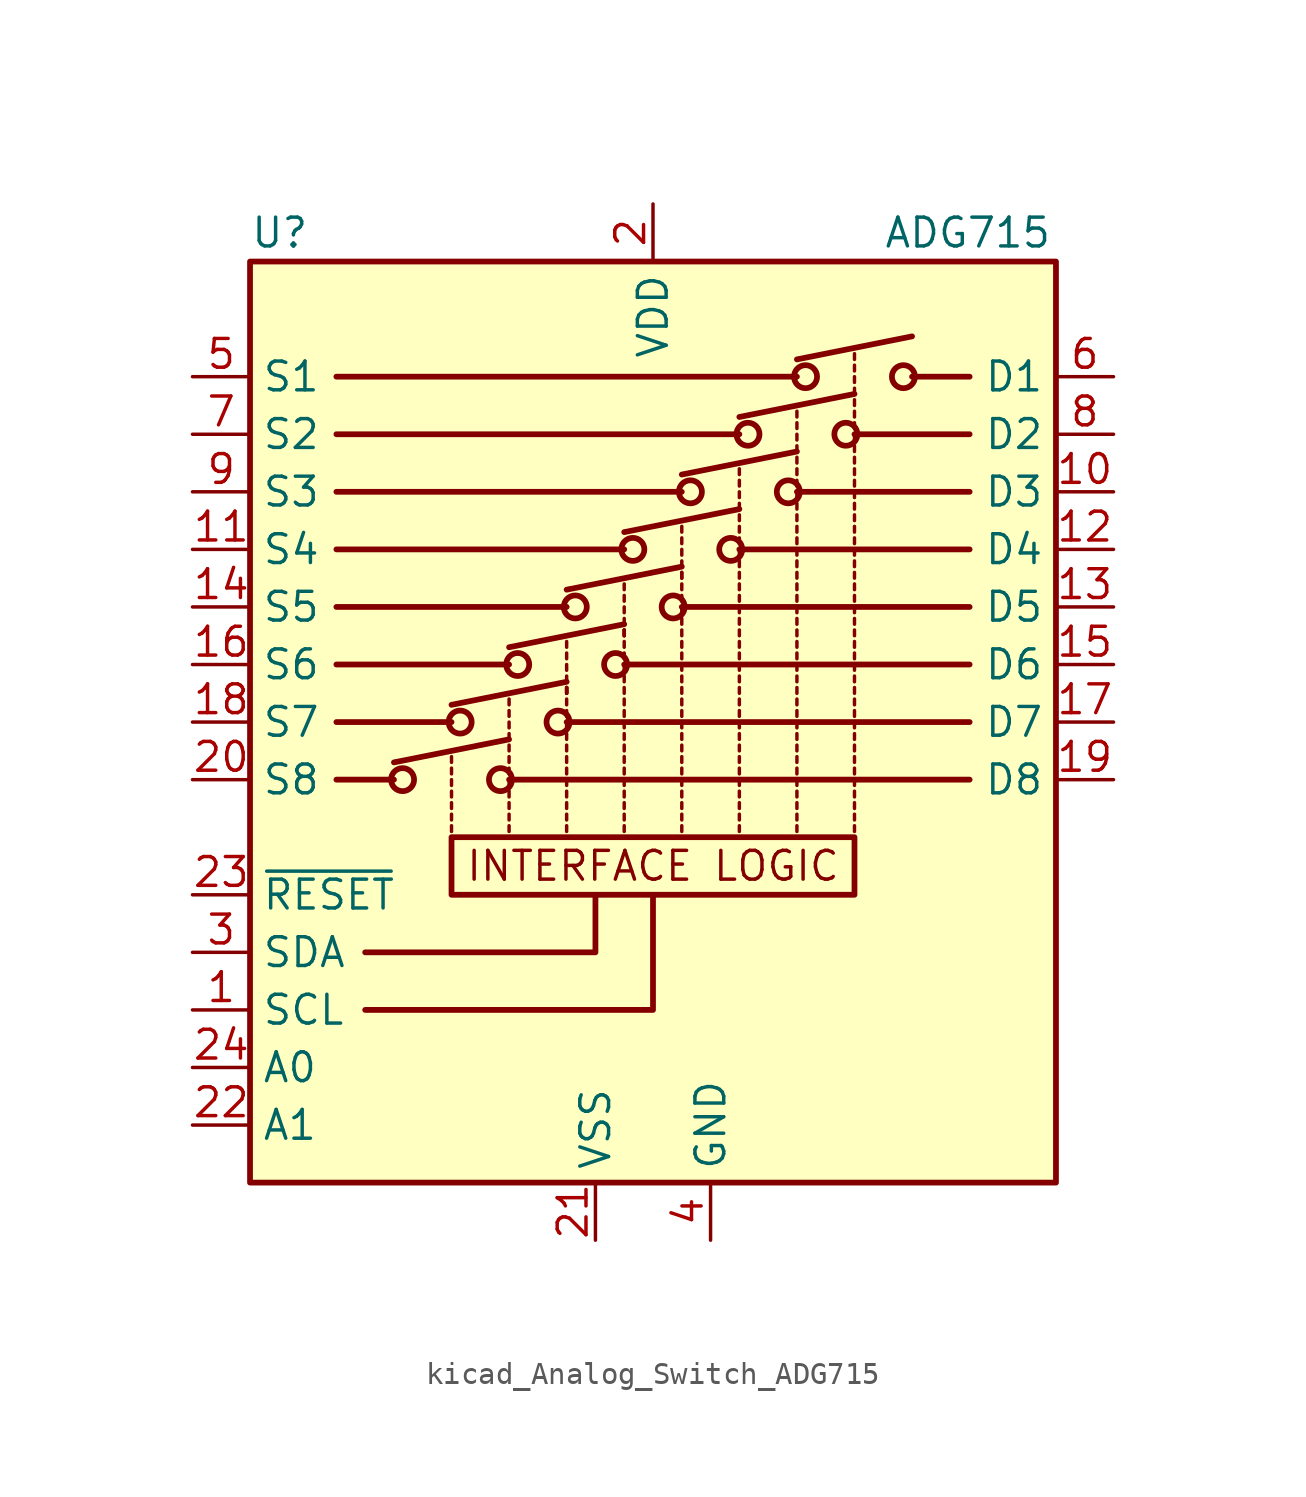
<source format=kicad_sym>
(kicad_symbol_lib
  (version 20220914)
  (generator kicad_symbol_editor)
  (symbol "kicad_Analog_Switch_ADG715"
    (property "Reference" "U"
      (at -17.78 24.13 0)
      (effects (font (size 1.27 1.27)) (justify left)))
    (property "Value" "ADG715"
      (at 10.16 24.13 0)
      (effects (font (size 1.27 1.27)) (justify left)))
    (symbol "kicad_Analog_Switch_ADG715_0_0"
      (polyline (pts (xy -12.7 -7.62) (xy -2.54 -7.62) (xy -2.54 -5.08)) (stroke (width 0.254) (type default)) (fill (type none)))
      (polyline (pts (xy -12.7 -10.16) (xy 0 -10.16) (xy 0 -7.62) (xy 0 -5.08)) (stroke (width 0.254) (type default)) (fill (type none)))
      (text "INTERFACE LOGIC" (at 0 -3.81 0) (effects (font (size 1.27 1.27)))))
    (symbol "kicad_Analog_Switch_ADG715_0_1"
      (rectangle (start -17.78 -17.78) (end 17.78 22.86) (stroke (width 0.254) (type default)) (fill (type background)))
      (rectangle (start -8.89 -2.54) (end 8.89 -5.08) (stroke (width 0.254) (type default)) (fill (type none)))
      (polyline (pts (xy -11.43 0) (xy -13.97 0)) (stroke (width 0.254) (type default)) (fill (type none)))
      (polyline (pts (xy -8.89 2.54) (xy -13.97 2.54)) (stroke (width 0.254) (type default)) (fill (type none)))
      (polyline (pts (xy -6.35 0) (xy 13.97 0)) (stroke (width 0.254) (type default)) (fill (type none)))
      (polyline (pts (xy -6.35 5.08) (xy -13.97 5.08)) (stroke (width 0.254) (type default)) (fill (type none)))
      (polyline (pts (xy -3.81 2.54) (xy 13.97 2.54)) (stroke (width 0.254) (type default)) (fill (type none)))
      (polyline (pts (xy -3.81 7.62) (xy -13.97 7.62)) (stroke (width 0.254) (type default)) (fill (type none)))
      (polyline (pts (xy -1.27 5.08) (xy 13.97 5.08)) (stroke (width 0.254) (type default)) (fill (type none)))
      (polyline (pts (xy -1.27 10.16) (xy -13.97 10.16)) (stroke (width 0.254) (type default)) (fill (type none)))
      (polyline (pts (xy 1.27 7.62) (xy 13.97 7.62)) (stroke (width 0.254) (type default)) (fill (type none)))
      (polyline (pts (xy 1.27 12.7) (xy -13.97 12.7)) (stroke (width 0.254) (type default)) (fill (type none)))
      (polyline (pts (xy 3.81 10.16) (xy 13.97 10.16)) (stroke (width 0.254) (type default)) (fill (type none)))
      (polyline (pts (xy 3.81 15.24) (xy -13.97 15.24)) (stroke (width 0.254) (type default)) (fill (type none)))
      (polyline (pts (xy 6.35 12.7) (xy 13.97 12.7)) (stroke (width 0.254) (type default)) (fill (type none)))
      (polyline (pts (xy 6.35 17.78) (xy -13.97 17.78)) (stroke (width 0.254) (type default)) (fill (type none)))
      (polyline (pts (xy 8.89 15.24) (xy 13.97 15.24)) (stroke (width 0.254) (type default)) (fill (type none)))
      (polyline (pts (xy 11.43 17.78) (xy 13.97 17.78)) (stroke (width 0.254) (type default)) (fill (type none))))
    (symbol "kicad_Analog_Switch_ADG715_1_1"
      (circle (center -11.049 0) (radius 0.508) (stroke (width 0.254) (type default)) (fill (type none)))
      (circle (center -8.509 2.54) (radius 0.508) (stroke (width 0.254) (type default)) (fill (type none)))
      (circle (center -6.731 0) (radius 0.508) (stroke (width 0.254) (type default)) (fill (type none)))
      (circle (center -5.969 5.08) (radius 0.508) (stroke (width 0.254) (type default)) (fill (type none)))
      (circle (center -4.191 2.54) (radius 0.508) (stroke (width 0.254) (type default)) (fill (type none)))
      (circle (center -3.429 7.62) (radius 0.508) (stroke (width 0.254) (type default)) (fill (type none)))
      (circle (center -1.651 5.08) (radius 0.508) (stroke (width 0.254) (type default)) (fill (type none)))
      (circle (center -0.889 10.16) (radius 0.508) (stroke (width 0.254) (type default)) (fill (type none)))
      (polyline (pts (xy -11.43 0.762) (xy -6.35 1.778)) (stroke (width 0.254) (type default)) (fill (type none)))
      (polyline (pts (xy -8.89 -2.286) (xy -8.89 -2.032)) (stroke (width 0) (type default)) (fill (type none)))
      (polyline (pts (xy -8.89 -1.778) (xy -8.89 -1.524)) (stroke (width 0) (type default)) (fill (type none)))
      (polyline (pts (xy -8.89 -1.27) (xy -8.89 -1.016)) (stroke (width 0) (type default)) (fill (type none)))
      (polyline (pts (xy -8.89 -0.762) (xy -8.89 -0.508)) (stroke (width 0) (type default)) (fill (type none)))
      (polyline (pts (xy -8.89 -0.254) (xy -8.89 0)) (stroke (width 0) (type default)) (fill (type none)))
      (polyline (pts (xy -8.89 0.254) (xy -8.89 0.508)) (stroke (width 0) (type default)) (fill (type none)))
      (polyline (pts (xy -8.89 0.762) (xy -8.89 1.016)) (stroke (width 0) (type default)) (fill (type none)))
      (polyline (pts (xy -8.89 3.302) (xy -3.81 4.318)) (stroke (width 0.254) (type default)) (fill (type none)))
      (polyline (pts (xy -6.35 -2.286) (xy -6.35 -2.032)) (stroke (width 0) (type default)) (fill (type none)))
      (polyline (pts (xy -6.35 -1.778) (xy -6.35 -1.524)) (stroke (width 0) (type default)) (fill (type none)))
      (polyline (pts (xy -6.35 -1.27) (xy -6.35 -1.016)) (stroke (width 0) (type default)) (fill (type none)))
      (polyline (pts (xy -6.35 -0.762) (xy -6.35 -0.508)) (stroke (width 0) (type default)) (fill (type none)))
      (polyline (pts (xy -6.35 -0.254) (xy -6.35 0)) (stroke (width 0) (type default)) (fill (type none)))
      (polyline (pts (xy -6.35 0.254) (xy -6.35 0.508)) (stroke (width 0) (type default)) (fill (type none)))
      (polyline (pts (xy -6.35 0.762) (xy -6.35 1.016)) (stroke (width 0) (type default)) (fill (type none)))
      (polyline (pts (xy -6.35 1.27) (xy -6.35 1.524)) (stroke (width 0) (type default)) (fill (type none)))
      (polyline (pts (xy -6.35 1.778) (xy -6.35 2.032)) (stroke (width 0) (type default)) (fill (type none)))
      (polyline (pts (xy -6.35 2.286) (xy -6.35 2.54)) (stroke (width 0) (type default)) (fill (type none)))
      (polyline (pts (xy -6.35 2.794) (xy -6.35 3.048)) (stroke (width 0) (type default)) (fill (type none)))
      (polyline (pts (xy -6.35 3.302) (xy -6.35 3.556)) (stroke (width 0) (type default)) (fill (type none)))
      (polyline (pts (xy -6.35 5.842) (xy -1.27 6.858)) (stroke (width 0.254) (type default)) (fill (type none)))
      (polyline (pts (xy -3.81 -2.286) (xy -3.81 -2.032)) (stroke (width 0) (type default)) (fill (type none)))
      (polyline (pts (xy -3.81 -1.778) (xy -3.81 -1.524)) (stroke (width 0) (type default)) (fill (type none)))
      (polyline (pts (xy -3.81 -1.27) (xy -3.81 -1.016)) (stroke (width 0) (type default)) (fill (type none)))
      (polyline (pts (xy -3.81 -0.762) (xy -3.81 -0.508)) (stroke (width 0) (type default)) (fill (type none)))
      (polyline (pts (xy -3.81 -0.254) (xy -3.81 0)) (stroke (width 0) (type default)) (fill (type none)))
      (polyline (pts (xy -3.81 0.254) (xy -3.81 0.508)) (stroke (width 0) (type default)) (fill (type none)))
      (polyline (pts (xy -3.81 0.762) (xy -3.81 1.016)) (stroke (width 0) (type default)) (fill (type none)))
      (polyline (pts (xy -3.81 1.27) (xy -3.81 1.524)) (stroke (width 0) (type default)) (fill (type none)))
      (polyline (pts (xy -3.81 1.778) (xy -3.81 2.032)) (stroke (width 0) (type default)) (fill (type none)))
      (polyline (pts (xy -3.81 2.286) (xy -3.81 2.54)) (stroke (width 0) (type default)) (fill (type none)))
      (polyline (pts (xy -3.81 2.794) (xy -3.81 3.048)) (stroke (width 0) (type default)) (fill (type none)))
      (polyline (pts (xy -3.81 3.302) (xy -3.81 3.556)) (stroke (width 0) (type default)) (fill (type none)))
      (polyline (pts (xy -3.81 3.81) (xy -3.81 4.064)) (stroke (width 0) (type default)) (fill (type none)))
      (polyline (pts (xy -3.81 3.81) (xy -3.81 4.064)) (stroke (width 0) (type default)) (fill (type none)))
      (polyline (pts (xy -3.81 3.81) (xy -3.81 4.064)) (stroke (width 0) (type default)) (fill (type none)))
      (polyline (pts (xy -3.81 3.81) (xy -3.81 4.064)) (stroke (width 0) (type default)) (fill (type none)))
      (polyline (pts (xy -3.81 4.318) (xy -3.81 4.572)) (stroke (width 0) (type default)) (fill (type none)))
      (polyline (pts (xy -3.81 4.826) (xy -3.81 5.08)) (stroke (width 0) (type default)) (fill (type none)))
      (polyline (pts (xy -3.81 5.334) (xy -3.81 5.588)) (stroke (width 0) (type default)) (fill (type none)))
      (polyline (pts (xy -3.81 5.842) (xy -3.81 6.096)) (stroke (width 0) (type default)) (fill (type none)))
      (polyline (pts (xy -3.81 8.382) (xy 1.27 9.398)) (stroke (width 0.254) (type default)) (fill (type none)))
      (polyline (pts (xy -1.27 -2.286) (xy -1.27 -2.032)) (stroke (width 0) (type default)) (fill (type none)))
      (polyline (pts (xy -1.27 -1.778) (xy -1.27 -1.524)) (stroke (width 0) (type default)) (fill (type none)))
      (polyline (pts (xy -1.27 -1.27) (xy -1.27 -1.016)) (stroke (width 0) (type default)) (fill (type none)))
      (polyline (pts (xy -1.27 -0.762) (xy -1.27 -0.508)) (stroke (width 0) (type default)) (fill (type none)))
      (polyline (pts (xy -1.27 -0.254) (xy -1.27 0)) (stroke (width 0) (type default)) (fill (type none)))
      (polyline (pts (xy -1.27 0.254) (xy -1.27 0.508)) (stroke (width 0) (type default)) (fill (type none)))
      (polyline (pts (xy -1.27 0.762) (xy -1.27 1.016)) (stroke (width 0) (type default)) (fill (type none)))
      (polyline (pts (xy -1.27 1.27) (xy -1.27 1.524)) (stroke (width 0) (type default)) (fill (type none)))
      (polyline (pts (xy -1.27 1.778) (xy -1.27 2.032)) (stroke (width 0) (type default)) (fill (type none)))
      (polyline (pts (xy -1.27 2.286) (xy -1.27 2.54)) (stroke (width 0) (type default)) (fill (type none)))
      (polyline (pts (xy -1.27 2.794) (xy -1.27 3.048)) (stroke (width 0) (type default)) (fill (type none)))
      (polyline (pts (xy -1.27 3.302) (xy -1.27 3.556)) (stroke (width 0) (type default)) (fill (type none)))
      (polyline (pts (xy -1.27 3.81) (xy -1.27 4.064)) (stroke (width 0) (type default)) (fill (type none)))
      (polyline (pts (xy -1.27 4.318) (xy -1.27 4.572)) (stroke (width 0) (type default)) (fill (type none)))
      (polyline (pts (xy -1.27 4.826) (xy -1.27 5.08)) (stroke (width 0) (type default)) (fill (type none)))
      (polyline (pts (xy -1.27 5.334) (xy -1.27 5.588)) (stroke (width 0) (type default)) (fill (type none)))
      (polyline (pts (xy -1.27 5.842) (xy -1.27 6.096)) (stroke (width 0) (type default)) (fill (type none)))
      (polyline (pts (xy -1.27 6.35) (xy -1.27 6.604)) (stroke (width 0) (type default)) (fill (type none)))
      (polyline (pts (xy -1.27 6.35) (xy -1.27 6.604)) (stroke (width 0) (type default)) (fill (type none)))
      (polyline (pts (xy -1.27 6.35) (xy -1.27 6.604)) (stroke (width 0) (type default)) (fill (type none)))
      (polyline (pts (xy -1.27 6.858) (xy -1.27 7.112)) (stroke (width 0) (type default)) (fill (type none)))
      (polyline (pts (xy -1.27 7.366) (xy -1.27 7.62)) (stroke (width 0) (type default)) (fill (type none)))
      (polyline (pts (xy -1.27 7.874) (xy -1.27 8.128)) (stroke (width 0) (type default)) (fill (type none)))
      (polyline (pts (xy -1.27 8.382) (xy -1.27 8.636)) (stroke (width 0) (type default)) (fill (type none)))
      (polyline (pts (xy -1.27 10.922) (xy 3.81 11.938)) (stroke (width 0.254) (type default)) (fill (type none)))
      (polyline (pts (xy 1.27 -2.286) (xy 1.27 -2.032)) (stroke (width 0) (type default)) (fill (type none)))
      (polyline (pts (xy 1.27 -1.778) (xy 1.27 -1.524)) (stroke (width 0) (type default)) (fill (type none)))
      (polyline (pts (xy 1.27 -1.27) (xy 1.27 -1.016)) (stroke (width 0) (type default)) (fill (type none)))
      (polyline (pts (xy 1.27 -0.762) (xy 1.27 -0.508)) (stroke (width 0) (type default)) (fill (type none)))
      (polyline (pts (xy 1.27 -0.254) (xy 1.27 0)) (stroke (width 0) (type default)) (fill (type none)))
      (polyline (pts (xy 1.27 0.254) (xy 1.27 0.508)) (stroke (width 0) (type default)) (fill (type none)))
      (polyline (pts (xy 1.27 0.762) (xy 1.27 1.016)) (stroke (width 0) (type default)) (fill (type none)))
      (polyline (pts (xy 1.27 1.27) (xy 1.27 1.524)) (stroke (width 0) (type default)) (fill (type none)))
      (polyline (pts (xy 1.27 1.778) (xy 1.27 2.032)) (stroke (width 0) (type default)) (fill (type none)))
      (polyline (pts (xy 1.27 2.286) (xy 1.27 2.54)) (stroke (width 0) (type default)) (fill (type none)))
      (polyline (pts (xy 1.27 2.794) (xy 1.27 3.048)) (stroke (width 0) (type default)) (fill (type none)))
      (polyline (pts (xy 1.27 3.302) (xy 1.27 3.556)) (stroke (width 0) (type default)) (fill (type none)))
      (polyline (pts (xy 1.27 3.81) (xy 1.27 4.064)) (stroke (width 0) (type default)) (fill (type none)))
      (polyline (pts (xy 1.27 4.318) (xy 1.27 4.572)) (stroke (width 0) (type default)) (fill (type none)))
      (polyline (pts (xy 1.27 4.826) (xy 1.27 5.08)) (stroke (width 0) (type default)) (fill (type none)))
      (polyline (pts (xy 1.27 5.334) (xy 1.27 5.588)) (stroke (width 0) (type default)) (fill (type none)))
      (polyline (pts (xy 1.27 5.842) (xy 1.27 6.096)) (stroke (width 0) (type default)) (fill (type none)))
      (polyline (pts (xy 1.27 6.35) (xy 1.27 6.604)) (stroke (width 0) (type default)) (fill (type none)))
      (polyline (pts (xy 1.27 6.858) (xy 1.27 7.112)) (stroke (width 0) (type default)) (fill (type none)))
      (polyline (pts (xy 1.27 7.366) (xy 1.27 7.62)) (stroke (width 0) (type default)) (fill (type none)))
      (polyline (pts (xy 1.27 7.874) (xy 1.27 8.128)) (stroke (width 0) (type default)) (fill (type none)))
      (polyline (pts (xy 1.27 8.382) (xy 1.27 8.636)) (stroke (width 0) (type default)) (fill (type none)))
      (polyline (pts (xy 1.27 8.89) (xy 1.27 9.144)) (stroke (width 0) (type default)) (fill (type none)))
      (polyline (pts (xy 1.27 8.89) (xy 1.27 9.144)) (stroke (width 0) (type default)) (fill (type none)))
      (polyline (pts (xy 1.27 9.398) (xy 1.27 9.652)) (stroke (width 0) (type default)) (fill (type none)))
      (polyline (pts (xy 1.27 9.906) (xy 1.27 10.16)) (stroke (width 0) (type default)) (fill (type none)))
      (polyline (pts (xy 1.27 10.414) (xy 1.27 10.668)) (stroke (width 0) (type default)) (fill (type none)))
      (polyline (pts (xy 1.27 10.922) (xy 1.27 11.176)) (stroke (width 0) (type default)) (fill (type none)))
      (polyline (pts (xy 1.27 13.462) (xy 6.35 14.478)) (stroke (width 0.254) (type default)) (fill (type none)))
      (polyline (pts (xy 3.81 -2.286) (xy 3.81 -2.032)) (stroke (width 0) (type default)) (fill (type none)))
      (polyline (pts (xy 3.81 -1.778) (xy 3.81 -1.524)) (stroke (width 0) (type default)) (fill (type none)))
      (polyline (pts (xy 3.81 -1.27) (xy 3.81 -1.016)) (stroke (width 0) (type default)) (fill (type none)))
      (polyline (pts (xy 3.81 -0.762) (xy 3.81 -0.508)) (stroke (width 0) (type default)) (fill (type none)))
      (polyline (pts (xy 3.81 -0.254) (xy 3.81 0)) (stroke (width 0) (type default)) (fill (type none)))
      (polyline (pts (xy 3.81 0.254) (xy 3.81 0.508)) (stroke (width 0) (type default)) (fill (type none)))
      (polyline (pts (xy 3.81 0.762) (xy 3.81 1.016)) (stroke (width 0) (type default)) (fill (type none)))
      (polyline (pts (xy 3.81 1.27) (xy 3.81 1.524)) (stroke (width 0) (type default)) (fill (type none)))
      (polyline (pts (xy 3.81 1.778) (xy 3.81 2.032)) (stroke (width 0) (type default)) (fill (type none)))
      (polyline (pts (xy 3.81 2.286) (xy 3.81 2.54)) (stroke (width 0) (type default)) (fill (type none)))
      (polyline (pts (xy 3.81 2.794) (xy 3.81 3.048)) (stroke (width 0) (type default)) (fill (type none)))
      (polyline (pts (xy 3.81 3.302) (xy 3.81 3.556)) (stroke (width 0) (type default)) (fill (type none)))
      (polyline (pts (xy 3.81 3.81) (xy 3.81 4.064)) (stroke (width 0) (type default)) (fill (type none)))
      (polyline (pts (xy 3.81 4.318) (xy 3.81 4.572)) (stroke (width 0) (type default)) (fill (type none)))
      (polyline (pts (xy 3.81 4.826) (xy 3.81 5.08)) (stroke (width 0) (type default)) (fill (type none)))
      (polyline (pts (xy 3.81 5.334) (xy 3.81 5.588)) (stroke (width 0) (type default)) (fill (type none)))
      (polyline (pts (xy 3.81 5.842) (xy 3.81 6.096)) (stroke (width 0) (type default)) (fill (type none)))
      (polyline (pts (xy 3.81 6.35) (xy 3.81 6.604)) (stroke (width 0) (type default)) (fill (type none)))
      (polyline (pts (xy 3.81 6.858) (xy 3.81 7.112)) (stroke (width 0) (type default)) (fill (type none)))
      (polyline (pts (xy 3.81 7.366) (xy 3.81 7.62)) (stroke (width 0) (type default)) (fill (type none)))
      (polyline (pts (xy 3.81 7.874) (xy 3.81 8.128)) (stroke (width 0) (type default)) (fill (type none)))
      (polyline (pts (xy 3.81 8.382) (xy 3.81 8.636)) (stroke (width 0) (type default)) (fill (type none)))
      (polyline (pts (xy 3.81 8.89) (xy 3.81 9.144)) (stroke (width 0) (type default)) (fill (type none)))
      (polyline (pts (xy 3.81 9.398) (xy 3.81 9.652)) (stroke (width 0) (type default)) (fill (type none)))
      (polyline (pts (xy 3.81 9.906) (xy 3.81 10.16)) (stroke (width 0) (type default)) (fill (type none)))
      (polyline (pts (xy 3.81 10.414) (xy 3.81 10.668)) (stroke (width 0) (type default)) (fill (type none)))
      (polyline (pts (xy 3.81 10.922) (xy 3.81 11.176)) (stroke (width 0) (type default)) (fill (type none)))
      (polyline (pts (xy 3.81 11.43) (xy 3.81 11.684)) (stroke (width 0) (type default)) (fill (type none)))
      (polyline (pts (xy 3.81 11.938) (xy 3.81 12.192)) (stroke (width 0) (type default)) (fill (type none)))
      (polyline (pts (xy 3.81 12.446) (xy 3.81 12.7)) (stroke (width 0) (type default)) (fill (type none)))
      (polyline (pts (xy 3.81 12.954) (xy 3.81 13.208)) (stroke (width 0) (type default)) (fill (type none)))
      (polyline (pts (xy 3.81 13.462) (xy 3.81 13.716)) (stroke (width 0) (type default)) (fill (type none)))
      (polyline (pts (xy 3.81 16.002) (xy 8.89 17.018)) (stroke (width 0.254) (type default)) (fill (type none)))
      (polyline (pts (xy 6.35 -2.286) (xy 6.35 -2.032)) (stroke (width 0) (type default)) (fill (type none)))
      (polyline (pts (xy 6.35 -1.778) (xy 6.35 -1.524)) (stroke (width 0) (type default)) (fill (type none)))
      (polyline (pts (xy 6.35 -1.27) (xy 6.35 -1.016)) (stroke (width 0) (type default)) (fill (type none)))
      (polyline (pts (xy 6.35 -0.762) (xy 6.35 -0.508)) (stroke (width 0) (type default)) (fill (type none)))
      (polyline (pts (xy 6.35 -0.254) (xy 6.35 0)) (stroke (width 0) (type default)) (fill (type none)))
      (polyline (pts (xy 6.35 0.254) (xy 6.35 0.508)) (stroke (width 0) (type default)) (fill (type none)))
      (polyline (pts (xy 6.35 0.762) (xy 6.35 1.016)) (stroke (width 0) (type default)) (fill (type none)))
      (polyline (pts (xy 6.35 1.27) (xy 6.35 1.524)) (stroke (width 0) (type default)) (fill (type none)))
      (polyline (pts (xy 6.35 1.778) (xy 6.35 2.032)) (stroke (width 0) (type default)) (fill (type none)))
      (polyline (pts (xy 6.35 2.286) (xy 6.35 2.54)) (stroke (width 0) (type default)) (fill (type none)))
      (polyline (pts (xy 6.35 2.794) (xy 6.35 3.048)) (stroke (width 0) (type default)) (fill (type none)))
      (polyline (pts (xy 6.35 3.302) (xy 6.35 3.556)) (stroke (width 0) (type default)) (fill (type none)))
      (polyline (pts (xy 6.35 3.81) (xy 6.35 4.064)) (stroke (width 0) (type default)) (fill (type none)))
      (polyline (pts (xy 6.35 4.318) (xy 6.35 4.572)) (stroke (width 0) (type default)) (fill (type none)))
      (polyline (pts (xy 6.35 4.826) (xy 6.35 5.08)) (stroke (width 0) (type default)) (fill (type none)))
      (polyline (pts (xy 6.35 5.334) (xy 6.35 5.588)) (stroke (width 0) (type default)) (fill (type none)))
      (polyline (pts (xy 6.35 5.842) (xy 6.35 6.096)) (stroke (width 0) (type default)) (fill (type none)))
      (polyline (pts (xy 6.35 6.35) (xy 6.35 6.604)) (stroke (width 0) (type default)) (fill (type none)))
      (polyline (pts (xy 6.35 6.858) (xy 6.35 7.112)) (stroke (width 0) (type default)) (fill (type none)))
      (polyline (pts (xy 6.35 7.366) (xy 6.35 7.62)) (stroke (width 0) (type default)) (fill (type none)))
      (polyline (pts (xy 6.35 7.874) (xy 6.35 8.128)) (stroke (width 0) (type default)) (fill (type none)))
      (polyline (pts (xy 6.35 8.382) (xy 6.35 8.636)) (stroke (width 0) (type default)) (fill (type none)))
      (polyline (pts (xy 6.35 8.89) (xy 6.35 9.144)) (stroke (width 0) (type default)) (fill (type none)))
      (polyline (pts (xy 6.35 9.398) (xy 6.35 9.652)) (stroke (width 0) (type default)) (fill (type none)))
      (polyline (pts (xy 6.35 9.906) (xy 6.35 10.16)) (stroke (width 0) (type default)) (fill (type none)))
      (polyline (pts (xy 6.35 10.414) (xy 6.35 10.668)) (stroke (width 0) (type default)) (fill (type none)))
      (polyline (pts (xy 6.35 10.922) (xy 6.35 11.176)) (stroke (width 0) (type default)) (fill (type none)))
      (polyline (pts (xy 6.35 11.43) (xy 6.35 11.684)) (stroke (width 0) (type default)) (fill (type none)))
      (polyline (pts (xy 6.35 11.938) (xy 6.35 12.192)) (stroke (width 0) (type default)) (fill (type none)))
      (polyline (pts (xy 6.35 12.446) (xy 6.35 12.7)) (stroke (width 0) (type default)) (fill (type none)))
      (polyline (pts (xy 6.35 12.954) (xy 6.35 13.208)) (stroke (width 0) (type default)) (fill (type none)))
      (polyline (pts (xy 6.35 13.462) (xy 6.35 13.716)) (stroke (width 0) (type default)) (fill (type none)))
      (polyline (pts (xy 6.35 13.97) (xy 6.35 14.224)) (stroke (width 0) (type default)) (fill (type none)))
      (polyline (pts (xy 6.35 14.478) (xy 6.35 14.732)) (stroke (width 0) (type default)) (fill (type none)))
      (polyline (pts (xy 6.35 14.986) (xy 6.35 15.24)) (stroke (width 0) (type default)) (fill (type none)))
      (polyline (pts (xy 6.35 15.494) (xy 6.35 15.748)) (stroke (width 0) (type default)) (fill (type none)))
      (polyline (pts (xy 6.35 16.002) (xy 6.35 16.256)) (stroke (width 0) (type default)) (fill (type none)))
      (polyline (pts (xy 6.35 18.542) (xy 11.43 19.558)) (stroke (width 0.254) (type default)) (fill (type none)))
      (polyline (pts (xy 8.89 -2.286) (xy 8.89 -2.032)) (stroke (width 0) (type default)) (fill (type none)))
      (polyline (pts (xy 8.89 -1.778) (xy 8.89 -1.524)) (stroke (width 0) (type default)) (fill (type none)))
      (polyline (pts (xy 8.89 -1.27) (xy 8.89 -1.016)) (stroke (width 0) (type default)) (fill (type none)))
      (polyline (pts (xy 8.89 -0.762) (xy 8.89 -0.508)) (stroke (width 0) (type default)) (fill (type none)))
      (polyline (pts (xy 8.89 -0.254) (xy 8.89 0)) (stroke (width 0) (type default)) (fill (type none)))
      (polyline (pts (xy 8.89 0.254) (xy 8.89 0.508)) (stroke (width 0) (type default)) (fill (type none)))
      (polyline (pts (xy 8.89 0.762) (xy 8.89 1.016)) (stroke (width 0) (type default)) (fill (type none)))
      (polyline (pts (xy 8.89 1.27) (xy 8.89 1.524)) (stroke (width 0) (type default)) (fill (type none)))
      (polyline (pts (xy 8.89 1.778) (xy 8.89 2.032)) (stroke (width 0) (type default)) (fill (type none)))
      (polyline (pts (xy 8.89 2.286) (xy 8.89 2.54)) (stroke (width 0) (type default)) (fill (type none)))
      (polyline (pts (xy 8.89 2.794) (xy 8.89 3.048)) (stroke (width 0) (type default)) (fill (type none)))
      (polyline (pts (xy 8.89 3.302) (xy 8.89 3.556)) (stroke (width 0) (type default)) (fill (type none)))
      (polyline (pts (xy 8.89 3.81) (xy 8.89 4.064)) (stroke (width 0) (type default)) (fill (type none)))
      (polyline (pts (xy 8.89 4.318) (xy 8.89 4.572)) (stroke (width 0) (type default)) (fill (type none)))
      (polyline (pts (xy 8.89 4.826) (xy 8.89 5.08)) (stroke (width 0) (type default)) (fill (type none)))
      (polyline (pts (xy 8.89 5.334) (xy 8.89 5.588)) (stroke (width 0) (type default)) (fill (type none)))
      (polyline (pts (xy 8.89 5.842) (xy 8.89 6.096)) (stroke (width 0) (type default)) (fill (type none)))
      (polyline (pts (xy 8.89 6.35) (xy 8.89 6.604)) (stroke (width 0) (type default)) (fill (type none)))
      (polyline (pts (xy 8.89 6.858) (xy 8.89 7.112)) (stroke (width 0) (type default)) (fill (type none)))
      (polyline (pts (xy 8.89 7.366) (xy 8.89 7.62)) (stroke (width 0) (type default)) (fill (type none)))
      (polyline (pts (xy 8.89 7.874) (xy 8.89 8.128)) (stroke (width 0) (type default)) (fill (type none)))
      (polyline (pts (xy 8.89 8.382) (xy 8.89 8.636)) (stroke (width 0) (type default)) (fill (type none)))
      (polyline (pts (xy 8.89 8.89) (xy 8.89 9.144)) (stroke (width 0) (type default)) (fill (type none)))
      (polyline (pts (xy 8.89 9.398) (xy 8.89 9.652)) (stroke (width 0) (type default)) (fill (type none)))
      (polyline (pts (xy 8.89 9.906) (xy 8.89 10.16)) (stroke (width 0) (type default)) (fill (type none)))
      (polyline (pts (xy 8.89 10.414) (xy 8.89 10.668)) (stroke (width 0) (type default)) (fill (type none)))
      (polyline (pts (xy 8.89 10.922) (xy 8.89 11.176)) (stroke (width 0) (type default)) (fill (type none)))
      (polyline (pts (xy 8.89 11.43) (xy 8.89 11.684)) (stroke (width 0) (type default)) (fill (type none)))
      (polyline (pts (xy 8.89 11.938) (xy 8.89 12.192)) (stroke (width 0) (type default)) (fill (type none)))
      (polyline (pts (xy 8.89 12.446) (xy 8.89 12.7)) (stroke (width 0) (type default)) (fill (type none)))
      (polyline (pts (xy 8.89 12.954) (xy 8.89 13.208)) (stroke (width 0) (type default)) (fill (type none)))
      (polyline (pts (xy 8.89 13.462) (xy 8.89 13.716)) (stroke (width 0) (type default)) (fill (type none)))
      (polyline (pts (xy 8.89 13.97) (xy 8.89 14.224)) (stroke (width 0) (type default)) (fill (type none)))
      (polyline (pts (xy 8.89 14.478) (xy 8.89 14.732)) (stroke (width 0) (type default)) (fill (type none)))
      (polyline (pts (xy 8.89 14.986) (xy 8.89 15.24)) (stroke (width 0) (type default)) (fill (type none)))
      (polyline (pts (xy 8.89 15.494) (xy 8.89 15.748)) (stroke (width 0) (type default)) (fill (type none)))
      (polyline (pts (xy 8.89 16.002) (xy 8.89 16.256)) (stroke (width 0) (type default)) (fill (type none)))
      (polyline (pts (xy 8.89 16.51) (xy 8.89 16.764)) (stroke (width 0) (type default)) (fill (type none)))
      (polyline (pts (xy 8.89 17.018) (xy 8.89 17.272)) (stroke (width 0) (type default)) (fill (type none)))
      (polyline (pts (xy 8.89 17.526) (xy 8.89 17.78)) (stroke (width 0) (type default)) (fill (type none)))
      (polyline (pts (xy 8.89 18.034) (xy 8.89 18.288)) (stroke (width 0) (type default)) (fill (type none)))
      (polyline (pts (xy 8.89 18.542) (xy 8.89 18.796)) (stroke (width 0) (type default)) (fill (type none)))
      (circle (center 0.889 7.62) (radius 0.508) (stroke (width 0.254) (type default)) (fill (type none)))
      (circle (center 1.651 12.7) (radius 0.508) (stroke (width 0.254) (type default)) (fill (type none)))
      (circle (center 3.429 10.16) (radius 0.508) (stroke (width 0.254) (type default)) (fill (type none)))
      (circle (center 4.191 15.24) (radius 0.508) (stroke (width 0.254) (type default)) (fill (type none)))
      (circle (center 5.969 12.7) (radius 0.508) (stroke (width 0.254) (type default)) (fill (type none)))
      (circle (center 6.731 17.78) (radius 0.508) (stroke (width 0.254) (type default)) (fill (type none)))
      (circle (center 8.509 15.24) (radius 0.508) (stroke (width 0.254) (type default)) (fill (type none)))
      (circle (center 11.049 17.78) (radius 0.508) (stroke (width 0.254) (type default)) (fill (type none)))
      (pin input line (at -20.32 -10.16 0) (length 2.54) (name "SCL" (effects (font (size 1.27 1.27)))) (number "1" (effects (font (size 1.27 1.27)))))
      (pin passive line (at 20.32 12.7 180) (length 2.54) (name "D3" (effects (font (size 1.27 1.27)))) (number "10" (effects (font (size 1.27 1.27)))))
      (pin passive line (at -20.32 10.16 0) (length 2.54) (name "S4" (effects (font (size 1.27 1.27)))) (number "11" (effects (font (size 1.27 1.27)))))
      (pin passive line (at 20.32 10.16 180) (length 2.54) (name "D4" (effects (font (size 1.27 1.27)))) (number "12" (effects (font (size 1.27 1.27)))))
      (pin passive line (at 20.32 7.62 180) (length 2.54) (name "D5" (effects (font (size 1.27 1.27)))) (number "13" (effects (font (size 1.27 1.27)))))
      (pin passive line (at -20.32 7.62 0) (length 2.54) (name "S5" (effects (font (size 1.27 1.27)))) (number "14" (effects (font (size 1.27 1.27)))))
      (pin passive line (at 20.32 5.08 180) (length 2.54) (name "D6" (effects (font (size 1.27 1.27)))) (number "15" (effects (font (size 1.27 1.27)))))
      (pin passive line (at -20.32 5.08 0) (length 2.54) (name "S6" (effects (font (size 1.27 1.27)))) (number "16" (effects (font (size 1.27 1.27)))))
      (pin passive line (at 20.32 2.54 180) (length 2.54) (name "D7" (effects (font (size 1.27 1.27)))) (number "17" (effects (font (size 1.27 1.27)))))
      (pin passive line (at -20.32 2.54 0) (length 2.54) (name "S7" (effects (font (size 1.27 1.27)))) (number "18" (effects (font (size 1.27 1.27)))))
      (pin passive line (at 20.32 0 180) (length 2.54) (name "D8" (effects (font (size 1.27 1.27)))) (number "19" (effects (font (size 1.27 1.27)))))
      (pin power_in line (at 0 25.4 270) (length 2.54) (name "VDD" (effects (font (size 1.27 1.27)))) (number "2" (effects (font (size 1.27 1.27)))))
      (pin passive line (at -20.32 0 0) (length 2.54) (name "S8" (effects (font (size 1.27 1.27)))) (number "20" (effects (font (size 1.27 1.27)))))
      (pin power_in line (at -2.54 -20.32 90) (length 2.54) (name "VSS" (effects (font (size 1.27 1.27)))) (number "21" (effects (font (size 1.27 1.27)))))
      (pin input line (at -20.32 -15.24 0) (length 2.54) (name "A1" (effects (font (size 1.27 1.27)))) (number "22" (effects (font (size 1.27 1.27)))))
      (pin input line (at -20.32 -5.08 0) (length 2.54) (name "~{RESET}" (effects (font (size 1.27 1.27)))) (number "23" (effects (font (size 1.27 1.27)))))
      (pin input line (at -20.32 -12.7 0) (length 2.54) (name "A0" (effects (font (size 1.27 1.27)))) (number "24" (effects (font (size 1.27 1.27)))))
      (pin bidirectional line (at -20.32 -7.62 0) (length 2.54) (name "SDA" (effects (font (size 1.27 1.27)))) (number "3" (effects (font (size 1.27 1.27)))))
      (pin power_in line (at 2.54 -20.32 90) (length 2.54) (name "GND" (effects (font (size 1.27 1.27)))) (number "4" (effects (font (size 1.27 1.27)))))
      (pin passive line (at -20.32 17.78 0) (length 2.54) (name "S1" (effects (font (size 1.27 1.27)))) (number "5" (effects (font (size 1.27 1.27)))))
      (pin passive line (at 20.32 17.78 180) (length 2.54) (name "D1" (effects (font (size 1.27 1.27)))) (number "6" (effects (font (size 1.27 1.27)))))
      (pin passive line (at -20.32 15.24 0) (length 2.54) (name "S2" (effects (font (size 1.27 1.27)))) (number "7" (effects (font (size 1.27 1.27)))))
      (pin passive line (at 20.32 15.24 180) (length 2.54) (name "D2" (effects (font (size 1.27 1.27)))) (number "8" (effects (font (size 1.27 1.27)))))
      (pin passive line (at -20.32 12.7 0) (length 2.54) (name "S3" (effects (font (size 1.27 1.27)))) (number "9" (effects (font (size 1.27 1.27))))))))
</source>
